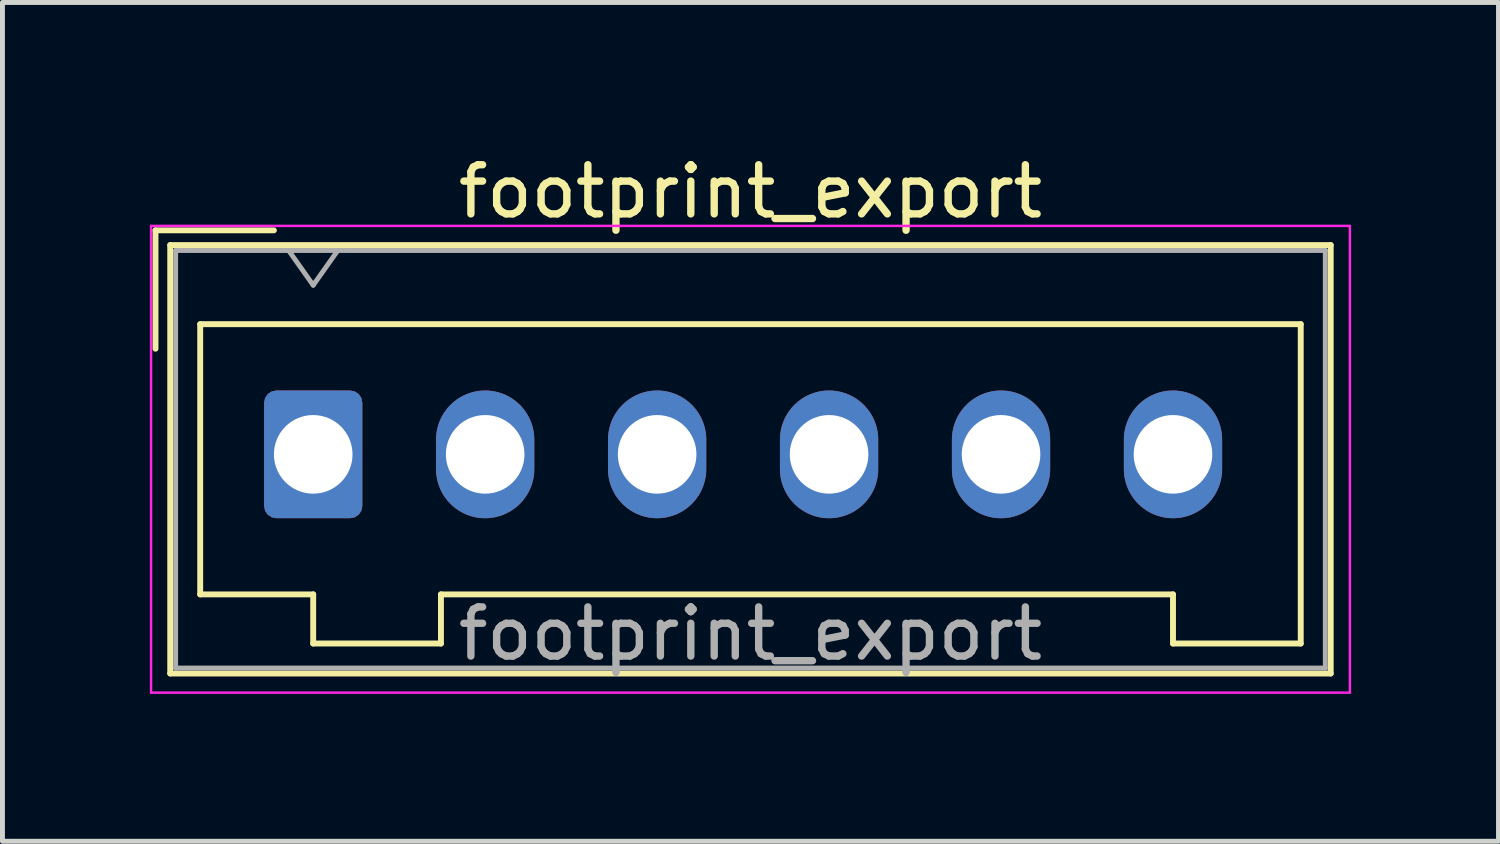
<source format=kicad_pcb>
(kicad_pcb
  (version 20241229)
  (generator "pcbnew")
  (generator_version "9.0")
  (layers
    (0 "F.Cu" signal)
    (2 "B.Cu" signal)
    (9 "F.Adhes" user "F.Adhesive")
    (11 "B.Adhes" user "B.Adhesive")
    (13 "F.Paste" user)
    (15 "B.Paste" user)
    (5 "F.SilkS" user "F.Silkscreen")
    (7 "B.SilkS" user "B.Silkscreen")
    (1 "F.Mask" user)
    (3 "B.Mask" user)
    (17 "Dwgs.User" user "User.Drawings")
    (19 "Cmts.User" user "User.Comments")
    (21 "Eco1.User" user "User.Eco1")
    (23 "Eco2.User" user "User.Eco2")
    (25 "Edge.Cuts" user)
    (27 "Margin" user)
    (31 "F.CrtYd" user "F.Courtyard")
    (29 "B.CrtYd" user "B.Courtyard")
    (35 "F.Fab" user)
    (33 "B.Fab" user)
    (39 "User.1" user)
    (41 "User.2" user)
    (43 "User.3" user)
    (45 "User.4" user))
  (footprint "footprint_export"
    (layer "F.Cu")
    (at 3.325 6.198)
    (property "Reference" "footprint_export" (at 8.9 -5.35 0) (layer "F.SilkS") (effects (font (size 1 1) (thickness 0.15))))
    (attr through_hole)
    (fp_line (start -3.21 -4.56) (end -0.8 -4.56) (stroke (width 0.12) (type solid)) (layer "F.SilkS"))
    (fp_line (start -3.21 -2.15) (end -3.21 -4.56) (stroke (width 0.12) (type solid)) (layer "F.SilkS"))
    (fp_line (start -2.91 -4.26) (end -2.91 4.46) (stroke (width 0.12) (type solid)) (layer "F.SilkS"))
    (fp_line (start -2.91 4.46) (end 20.71 4.46) (stroke (width 0.12) (type solid)) (layer "F.SilkS"))
    (fp_line (start -2.3 -2.65) (end -2.3 2.85) (stroke (width 0.12) (type solid)) (layer "F.SilkS"))
    (fp_line (start -2.3 2.85) (end 0 2.85) (stroke (width 0.12) (type solid)) (layer "F.SilkS"))
    (fp_line (start 0 2.85) (end 0 3.85) (stroke (width 0.12) (type solid)) (layer "F.SilkS"))
    (fp_line (start 0 3.85) (end 2.6 3.85) (stroke (width 0.12) (type solid)) (layer "F.SilkS"))
    (fp_line (start 2.6 2.85) (end 17.5 2.85) (stroke (width 0.12) (type solid)) (layer "F.SilkS"))
    (fp_line (start 2.6 3.85) (end 2.6 2.85) (stroke (width 0.12) (type solid)) (layer "F.SilkS"))
    (fp_line (start 17.5 2.85) (end 17.5 3.85) (stroke (width 0.12) (type solid)) (layer "F.SilkS"))
    (fp_line (start 17.5 3.85) (end 20.1 3.85) (stroke (width 0.12) (type solid)) (layer "F.SilkS"))
    (fp_line (start 20.1 -2.65) (end -2.3 -2.65) (stroke (width 0.12) (type solid)) (layer "F.SilkS"))
    (fp_line (start 20.1 3.85) (end 20.1 -2.65) (stroke (width 0.12) (type solid)) (layer "F.SilkS"))
    (fp_line (start 20.71 -4.26) (end -2.91 -4.26) (stroke (width 0.12) (type solid)) (layer "F.SilkS"))
    (fp_line (start 20.71 4.46) (end 20.71 -4.26) (stroke (width 0.12) (type solid)) (layer "F.SilkS"))
    (fp_line (start -3.3 -4.65) (end -3.3 4.85) (stroke (width 0.05) (type solid)) (layer "F.CrtYd"))
    (fp_line (start -3.3 4.85) (end 21.1 4.85) (stroke (width 0.05) (type solid)) (layer "F.CrtYd"))
    (fp_line (start 21.1 -4.65) (end -3.3 -4.65) (stroke (width 0.05) (type solid)) (layer "F.CrtYd"))
    (fp_line (start 21.1 4.85) (end 21.1 -4.65) (stroke (width 0.05) (type solid)) (layer "F.CrtYd"))
    (fp_line (start -2.8 -4.15) (end -2.8 4.35) (stroke (width 0.1) (type solid)) (layer "F.Fab"))
    (fp_line (start -2.8 4.35) (end 20.6 4.35) (stroke (width 0.1) (type solid)) (layer "F.Fab"))
    (fp_line (start -0.5 -4.15) (end 0 -3.443) (stroke (width 0.1) (type solid)) (layer "F.Fab"))
    (fp_line (start 0 -3.443) (end 0.5 -4.15) (stroke (width 0.1) (type solid)) (layer "F.Fab"))
    (fp_line (start 20.6 -4.15) (end -2.8 -4.15) (stroke (width 0.1) (type solid)) (layer "F.Fab"))
    (fp_line (start 20.6 4.35) (end 20.6 -4.15) (stroke (width 0.1) (type solid)) (layer "F.Fab"))
    (fp_text user "${REFERENCE}" (at 8.9 3.65 0) (layer "F.Fab") (effects (font (size 1 1) (thickness 0.15))))
    (pad "1" thru_hole roundrect (at 0 0) (size 2 2.6) (drill 1.6) (layers "*.Cu" "*.Mask") (roundrect_rratio 0.125))
    (pad "2" thru_hole oval (at 3.5 0) (size 2 2.6) (drill 1.6) (layers "*.Cu" "*.Mask"))
    (pad "3" thru_hole oval (at 7 0) (size 2 2.6) (drill 1.6) (layers "*.Cu" "*.Mask"))
    (pad "4" thru_hole oval (at 10.5 0) (size 2 2.6) (drill 1.6) (layers "*.Cu" "*.Mask"))
    (pad "5" thru_hole oval (at 14 0) (size 2 2.6) (drill 1.6) (layers "*.Cu" "*.Mask"))
    (pad "6" thru_hole oval (at 17.5 0) (size 2 2.6) (drill 1.6) (layers "*.Cu" "*.Mask")))
  (gr_rect
    (start -3 -3)
    (end 27.45 14.073)
    (stroke (width 0.1) (type default))
    (fill no)
    (layer "Edge.Cuts")))
</source>
